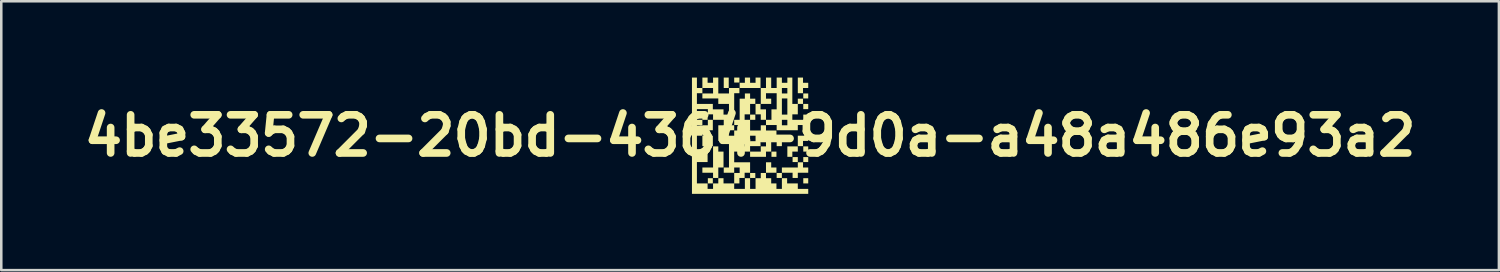
<source format=kicad_pcb>
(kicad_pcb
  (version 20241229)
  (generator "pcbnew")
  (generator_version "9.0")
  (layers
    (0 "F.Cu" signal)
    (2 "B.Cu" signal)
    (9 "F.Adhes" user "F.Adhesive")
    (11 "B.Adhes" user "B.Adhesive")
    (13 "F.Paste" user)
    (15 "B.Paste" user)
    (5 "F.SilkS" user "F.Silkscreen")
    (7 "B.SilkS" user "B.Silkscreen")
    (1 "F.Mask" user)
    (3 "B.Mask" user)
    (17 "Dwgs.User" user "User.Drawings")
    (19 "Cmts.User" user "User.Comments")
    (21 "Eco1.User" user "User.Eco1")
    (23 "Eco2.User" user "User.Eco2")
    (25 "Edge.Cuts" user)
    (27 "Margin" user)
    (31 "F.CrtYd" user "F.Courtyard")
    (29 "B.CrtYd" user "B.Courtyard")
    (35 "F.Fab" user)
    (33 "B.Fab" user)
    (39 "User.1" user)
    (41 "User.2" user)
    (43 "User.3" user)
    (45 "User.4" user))
  (footprint "4be33572-20bd-4364-9d0a-a48a486e93a2"
    (layer "F.Cu")
    (at 26.443 2.286)
    (property "Reference" "4be33572-20bd-4364-9d0a-a48a486e93a2" (at 0 0 0) (layer "F.SilkS") (effects (font (size 1.5 1.5) (thickness 0.3))))
    (attr board_only exclude_from_pos_files exclude_from_bom)
    (fp_poly (pts (xy -1.671 -0.728) (xy -1.671 -0.625) (xy -1.773 -0.625) (xy -1.876 -0.625) (xy -1.876 -0.728) (xy -1.876 -0.83) (xy -1.773 -0.83) (xy -1.671 -0.83)) (stroke (width 0) (type solid)) (fill yes) (layer "F.SilkS"))
    (fp_poly (pts (xy -1.465 0.205) (xy -1.465 0.41) (xy -1.671 0.41) (xy -1.876 0.41) (xy -1.876 0.205) (xy -1.876 0) (xy -1.671 0) (xy -1.465 0)) (stroke (width 0) (type solid)) (fill yes) (layer "F.SilkS"))
    (fp_poly (pts (xy -1.465 1.773) (xy -1.465 1.876) (xy -1.563 1.876) (xy -1.661 1.876) (xy -1.661 1.773) (xy -1.661 1.671) (xy -1.563 1.671) (xy -1.465 1.671)) (stroke (width 0) (type solid)) (fill yes) (layer "F.SilkS"))
    (fp_poly (pts (xy -0.84 -2.081) (xy -0.84 -1.876) (xy -0.938 -1.876) (xy -1.036 -1.876) (xy -1.036 -2.081) (xy -1.036 -2.286) (xy -0.938 -2.286) (xy -0.84 -2.286)) (stroke (width 0) (type solid)) (fill yes) (layer "F.SilkS"))
    (fp_poly (pts (xy -0.42 -2.188) (xy -0.42 -2.091) (xy -0.523 -2.091) (xy -0.625 -2.091) (xy -0.625 -2.188) (xy -0.625 -2.286) (xy -0.523 -2.286) (xy -0.42 -2.286)) (stroke (width 0) (type solid)) (fill yes) (layer "F.SilkS"))
    (fp_poly (pts (xy 0.205 1.563) (xy 0.205 1.661) (xy 0.103 1.661) (xy 0 1.661) (xy 0 1.563) (xy 0 1.465) (xy 0.103 1.465) (xy 0.205 1.465)) (stroke (width 0) (type solid)) (fill yes) (layer "F.SilkS"))
    (fp_poly (pts (xy 1.036 0.728) (xy 1.036 0.83) (xy 0.938 0.83) (xy 0.84 0.83) (xy 0.84 0.728) (xy 0.84 0.625) (xy 0.938 0.625) (xy 1.036 0.625)) (stroke (width 0) (type solid)) (fill yes) (layer "F.SilkS"))
    (fp_poly (pts (xy 1.25 0.313) (xy 1.25 0.41) (xy 1.148 0.41) (xy 1.045 0.41) (xy 1.045 0.313) (xy 1.045 0.215) (xy 1.148 0.215) (xy 1.25 0.215)) (stroke (width 0) (type solid)) (fill yes) (layer "F.SilkS"))
    (fp_poly (pts (xy 1.25 1.563) (xy 1.25 1.661) (xy 1.148 1.661) (xy 1.045 1.661) (xy 1.045 1.563) (xy 1.045 1.465) (xy 1.148 1.465) (xy 1.25 1.465)) (stroke (width 0) (type solid)) (fill yes) (layer "F.SilkS"))
    (fp_poly (pts (xy 1.456 0.103) (xy 1.456 0.205) (xy 1.353 0.205) (xy 1.25 0.205) (xy 1.25 0.103) (xy 1.25 0) (xy 1.353 0) (xy 1.456 0)) (stroke (width 0) (type solid)) (fill yes) (layer "F.SilkS"))
    (fp_poly (pts (xy 1.876 0.938) (xy 1.876 1.036) (xy 1.773 1.036) (xy 1.671 1.036) (xy 1.671 0.938) (xy 1.671 0.84) (xy 1.773 0.84) (xy 1.876 0.84)) (stroke (width 0) (type solid)) (fill yes) (layer "F.SilkS"))
    (fp_poly (pts (xy 2.286 -1.563) (xy 2.286 -1.465) (xy 2.188 -1.465) (xy 2.091 -1.465) (xy 2.091 -1.563) (xy 2.091 -1.661) (xy 2.188 -1.661) (xy 2.286 -1.661)) (stroke (width 0) (type solid)) (fill yes) (layer "F.SilkS"))
    (fp_poly (pts (xy 2.286 -1.148) (xy 2.286 -1.045) (xy 2.188 -1.045) (xy 2.091 -1.045) (xy 2.091 -1.148) (xy 2.091 -1.25) (xy 2.188 -1.25) (xy 2.286 -1.25)) (stroke (width 0) (type solid)) (fill yes) (layer "F.SilkS"))
    (fp_poly (pts (xy 2.286 -0.728) (xy 2.286 -0.625) (xy 2.188 -0.625) (xy 2.091 -0.625) (xy 2.091 -0.728) (xy 2.091 -0.83) (xy 2.188 -0.83) (xy 2.286 -0.83)) (stroke (width 0) (type solid)) (fill yes) (layer "F.SilkS"))
    (fp_poly (pts (xy 2.286 -0.313) (xy 2.286 -0.215) (xy 2.188 -0.215) (xy 2.091 -0.215) (xy 2.091 -0.313) (xy 2.091 -0.41) (xy 2.188 -0.41) (xy 2.286 -0.41)) (stroke (width 0) (type solid)) (fill yes) (layer "F.SilkS"))
    (fp_poly (pts (xy 2.286 0.523) (xy 2.286 0.625) (xy 2.188 0.625) (xy 2.091 0.625) (xy 2.091 0.523) (xy 2.091 0.42) (xy 2.188 0.42) (xy 2.286 0.42)) (stroke (width 0) (type solid)) (fill yes) (layer "F.SilkS"))
    (fp_poly (pts (xy 2.286 0.938) (xy 2.286 1.036) (xy 2.188 1.036) (xy 2.091 1.036) (xy 2.091 0.938) (xy 2.091 0.84) (xy 2.188 0.84) (xy 2.286 0.84)) (stroke (width 0) (type solid)) (fill yes) (layer "F.SilkS"))
    (fp_poly (pts (xy 2.286 1.773) (xy 2.286 1.876) (xy 2.188 1.876) (xy 2.091 1.876) (xy 2.091 1.773) (xy 2.091 1.671) (xy 2.188 1.671) (xy 2.286 1.671)) (stroke (width 0) (type solid)) (fill yes) (layer "F.SilkS"))
    (fp_poly (pts (xy -1.465 -0.42) (xy -1.465 -0.215) (xy -1.671 -0.215) (xy -1.876 -0.215) (xy -1.876 -0.313) (xy -1.876 -0.41) (xy -1.768 -0.41) (xy -1.661 -0.41) (xy -1.661 -0.518) (xy -1.661 -0.625) (xy -1.563 -0.625) (xy -1.465 -0.625)) (stroke (width 0) (type solid)) (fill yes) (layer "F.SilkS"))
    (fp_poly (pts (xy 0.83 1.148) (xy 0.83 1.25) (xy 0.933 1.25) (xy 1.036 1.25) (xy 1.036 1.353) (xy 1.036 1.456) (xy 0.83 1.456) (xy 0.625 1.456) (xy 0.625 1.25) (xy 0.625 1.045) (xy 0.728 1.045) (xy 0.83 1.045)) (stroke (width 0) (type solid)) (fill yes) (layer "F.SilkS"))
    (fp_poly (pts (xy 1.876 0.523) (xy 1.876 0.625) (xy 1.768 0.625) (xy 1.661 0.625) (xy 1.661 0.728) (xy 1.661 0.83) (xy 1.563 0.83) (xy 1.465 0.83) (xy 1.465 0.625) (xy 1.465 0.42) (xy 1.671 0.42) (xy 1.876 0.42)) (stroke (width 0) (type solid)) (fill yes) (layer "F.SilkS"))
    (fp_poly (pts (xy 2.286 0.103) (xy 2.286 0.205) (xy 2.183 0.205) (xy 2.081 0.205) (xy 2.081 0.308) (xy 2.081 0.41) (xy 1.978 0.41) (xy 1.876 0.41) (xy 1.876 0.205) (xy 1.876 0) (xy 2.081 0) (xy 2.286 0)) (stroke (width 0) (type solid)) (fill yes) (layer "F.SilkS"))
    (fp_poly (pts (xy 2.081 -2.183) (xy 2.081 -2.081) (xy 2.183 -2.081) (xy 2.286 -2.081) (xy 2.286 -1.978) (xy 2.286 -1.876) (xy 2.183 -1.876) (xy 2.081 -1.876) (xy 2.081 -1.773) (xy 2.081 -1.671) (xy 1.978 -1.671) (xy 1.876 -1.671) (xy 1.876 -1.978) (xy 1.876 -2.286) (xy 1.978 -2.286) (xy 2.081 -2.286)) (stroke (width 0) (type solid)) (fill yes) (layer "F.SilkS"))
    (fp_poly (pts (xy 0 -2.183) (xy 0 -2.081) (xy 0.107 -2.081) (xy 0.215 -2.081) (xy 0.215 -2.183) (xy 0.215 -2.286) (xy 0.313 -2.286) (xy 0.41 -2.286) (xy 0.41 -2.081) (xy 0.41 -1.876) (xy 0 -1.876) (xy -0.41 -1.876) (xy -0.41 -1.978) (xy -0.41 -2.081) (xy -0.308 -2.081) (xy -0.205 -2.081) (xy -0.205 -2.183) (xy -0.205 -2.286) (xy -0.103 -2.286) (xy 0 -2.286)) (stroke (width 0) (type solid)) (fill yes) (layer "F.SilkS"))
    (fp_poly (pts (xy -1.25 0.523) (xy -1.25 0.625) (xy -1.148 0.625) (xy -1.045 0.625) (xy -1.045 0.938) (xy -1.045 1.25) (xy -1.148 1.25) (xy -1.25 1.25) (xy -1.25 1.456) (xy -1.25 1.661) (xy -1.353 1.661) (xy -1.456 1.661) (xy -1.456 1.558) (xy -1.456 1.456) (xy -1.666 1.456) (xy -1.876 1.456) (xy -1.876 1.353) (xy -1.876 1.25) (xy -1.666 1.25) (xy -1.456 1.25) (xy -1.456 0.835) (xy -1.456 0.42) (xy -1.353 0.42) (xy -1.25 0.42)) (stroke (width 0) (type solid)) (fill yes) (layer "F.SilkS"))
    (fp_poly (pts (xy 2.081 1.148) (xy 2.081 1.25) (xy 2.183 1.25) (xy 2.286 1.25) (xy 2.286 1.353) (xy 2.286 1.456) (xy 2.081 1.456) (xy 1.876 1.456) (xy 1.876 1.558) (xy 1.876 1.661) (xy 1.773 1.661) (xy 1.671 1.661) (xy 1.671 1.558) (xy 1.671 1.456) (xy 1.46 1.456) (xy 1.25 1.456) (xy 1.25 1.353) (xy 1.25 1.25) (xy 1.563 1.25) (xy 1.876 1.25) (xy 1.876 1.148) (xy 1.876 1.045) (xy 1.978 1.045) (xy 2.081 1.045)) (stroke (width 0) (type solid)) (fill yes) (layer "F.SilkS"))
    (fp_poly (pts (xy 0.83 -2.081) (xy 0.83 -1.876) (xy 0.938 -1.876) (xy 1.045 -1.876) (xy 1.045 -2.081) (xy 1.045 -2.286) (xy 1.148 -2.286) (xy 1.25 -2.286) (xy 1.25 -2.183) (xy 1.25 -2.081) (xy 1.358 -2.081) (xy 1.465 -2.081) (xy 1.465 -2.183) (xy 1.465 -2.286) (xy 1.563 -2.286) (xy 1.661 -2.286) (xy 1.661 -1.768) (xy 1.661 -1.25) (xy 1.768 -1.25) (xy 1.876 -1.25) (xy 1.876 -1.353) (xy 1.876 -1.456) (xy 1.978 -1.456) (xy 2.081 -1.456) (xy 2.081 -1.353) (xy 2.081 -1.25) (xy 1.978 -1.25) (xy 1.876 -1.25) (xy 1.876 -1.045) (xy 1.876 -0.84) (xy 1.768 -0.84) (xy 1.661 -0.84) (xy 1.661 -0.733) (xy 1.661 -0.625) (xy 1.871 -0.625) (xy 2.081 -0.625) (xy 2.081 -0.523) (xy 2.081 -0.42) (xy 1.978 -0.42) (xy 1.876 -0.42) (xy 1.876 -0.318) (xy 1.876 -0.215) (xy 1.46 -0.215) (xy 1.045 -0.215) (xy 1.045 -0.318) (xy 1.045 -0.42) (xy 0.835 -0.42) (xy 0.625 -0.42) (xy 0.625 -0.518) (xy 1.25 -0.518) (xy 1.25 -0.41) (xy 1.358 -0.41) (xy 1.465 -0.41) (xy 1.465 -0.518) (xy 1.465 -0.625) (xy 1.358 -0.625) (xy 1.25 -0.625) (xy 1.25 -0.518) (xy 0.625 -0.518) (xy 0.625 -0.523) (xy 0.625 -0.625) (xy 0.523 -0.625) (xy 0.42 -0.625) (xy 0.42 -0.733) (xy 0.42 -0.84) (xy 0.318 -0.84) (xy 0.215 -0.84) (xy 0.215 -1.045) (xy 0.215 -1.25) (xy 0.313 -1.25) (xy 0.41 -1.25) (xy 0.41 -1.143) (xy 0.41 -1.036) (xy 0.518 -1.036) (xy 0.625 -1.036) (xy 0.625 -0.83) (xy 0.625 -0.625) (xy 0.733 -0.625) (xy 0.84 -0.625) (xy 0.84 -0.83) (xy 0.84 -1.036) (xy 0.943 -1.036) (xy 1.045 -1.036) (xy 1.045 -1.148) (xy 1.25 -1.148) (xy 1.25 -0.83) (xy 1.358 -0.83) (xy 1.465 -0.83) (xy 1.465 -1.148) (xy 1.465 -1.465) (xy 1.358 -1.465) (xy 1.25 -1.465) (xy 1.25 -1.148) (xy 1.045 -1.148) (xy 1.045 -1.353) (xy 1.045 -1.671) (xy 0.835 -1.671) (xy 0.625 -1.671) (xy 0.625 -1.563) (xy 0.625 -1.456) (xy 0.728 -1.456) (xy 0.83 -1.456) (xy 0.83 -1.353) (xy 0.83 -1.25) (xy 0.625 -1.25) (xy 0.42 -1.25) (xy 0.42 -1.563) (xy 0.42 -1.768) (xy 1.25 -1.768) (xy 1.25 -1.661) (xy 1.358 -1.661) (xy 1.465 -1.661) (xy 1.465 -1.768) (xy 1.465 -1.876) (xy 1.358 -1.876) (xy 1.25 -1.876) (xy 1.25 -1.768) (xy 0.42 -1.768) (xy 0.42 -1.876) (xy 0.523 -1.876) (xy 0.625 -1.876) (xy 0.625 -2.081) (xy 0.625 -2.286) (xy 0.728 -2.286) (xy 0.83 -2.286)) (stroke (width 0) (type solid)) (fill yes) (layer "F.SilkS"))
    (fp_poly (pts (xy -2.091 -2.081) (xy -2.091 -1.876) (xy -1.983 -1.876) (xy -1.876 -1.876) (xy -1.876 -2.081) (xy -1.876 -2.286) (xy -1.773 -2.286) (xy -1.671 -2.286) (xy -1.671 -2.183) (xy -1.671 -2.081) (xy -1.563 -2.081) (xy -1.456 -2.081) (xy -1.456 -2.183) (xy -1.456 -2.286) (xy -1.353 -2.286) (xy -1.25 -2.286) (xy -1.25 -1.973) (xy -1.25 -1.661) (xy -1.04 -1.661) (xy -0.83 -1.661) (xy -0.83 -1.768) (xy -0.83 -1.876) (xy -0.625 -1.876) (xy -0.42 -1.876) (xy -0.42 -1.773) (xy -0.42 -1.671) (xy -0.523 -1.671) (xy -0.625 -1.671) (xy -0.625 -1.255) (xy -0.625 -0.84) (xy -0.728 -0.84) (xy -0.83 -0.84) (xy -0.83 -1.045) (xy -0.83 -1.25) (xy -1.04 -1.25) (xy -1.25 -1.25) (xy -1.25 -1.358) (xy -1.25 -1.465) (xy -1.563 -1.465) (xy -1.876 -1.465) (xy -1.876 -1.563) (xy -1.876 -1.661) (xy -1.666 -1.661) (xy -1.456 -1.661) (xy -1.456 -1.768) (xy -1.456 -1.876) (xy -1.666 -1.876) (xy -1.876 -1.876) (xy -1.876 -1.773) (xy -1.876 -1.671) (xy -1.983 -1.671) (xy -2.091 -1.671) (xy -2.091 -1.46) (xy -2.091 -1.25) (xy -1.778 -1.25) (xy -1.465 -1.25) (xy -1.465 -1.143) (xy -1.465 -1.036) (xy -1.255 -1.036) (xy -1.045 -1.036) (xy -1.045 -0.933) (xy -1.045 -0.83) (xy -0.943 -0.83) (xy -0.84 -0.83) (xy -0.84 -0.62) (xy -0.84 -0.41) (xy -0.733 -0.41) (xy -0.625 -0.41) (xy -0.625 -0.313) (xy -0.625 -0.215) (xy -0.733 -0.215) (xy -0.84 -0.215) (xy -0.84 -0.107) (xy -0.84 0) (xy -0.733 0) (xy -0.625 0) (xy -0.625 -0.103) (xy -0.625 -0.205) (xy -0.518 -0.205) (xy -0.41 -0.205) (xy -0.41 -0.313) (xy -0.41 -0.42) (xy -0.518 -0.42) (xy -0.625 -0.42) (xy -0.625 -0.523) (xy -0.625 -0.625) (xy -0.518 -0.625) (xy -0.41 -0.625) (xy -0.41 -1.04) (xy -0.41 -1.456) (xy -0.308 -1.456) (xy -0.205 -1.456) (xy -0.205 -1.558) (xy -0.205 -1.661) (xy -0.103 -1.661) (xy 0 -1.661) (xy 0 -1.558) (xy 0 -1.456) (xy 0.103 -1.456) (xy 0.205 -1.456) (xy 0.205 -1.353) (xy 0.205 -1.25) (xy 0.103 -1.25) (xy 0 -1.25) (xy 0 -1.045) (xy 0 -0.84) (xy -0.107 -0.84) (xy -0.215 -0.84) (xy -0.215 -0.733) (xy -0.215 -0.625) (xy -0.107 -0.625) (xy 0 -0.625) (xy 0 -0.728) (xy 0 -0.83) (xy 0.103 -0.83) (xy 0.205 -0.83) (xy 0.205 -0.728) (xy 0.205 -0.625) (xy 0.103 -0.625) (xy 0 -0.625) (xy 0 -0.415) (xy 0 -0.205) (xy 0.21 -0.205) (xy 0.42 -0.205) (xy 0.42 -0.308) (xy 0.42 -0.41) (xy 0.523 -0.41) (xy 0.625 -0.41) (xy 0.625 -0.308) (xy 0.625 -0.205) (xy 0.83 -0.205) (xy 1.036 -0.205) (xy 1.036 0) (xy 1.036 0.205) (xy 0.938 0.205) (xy 0.84 0.205) (xy 0.84 0.103) (xy 0.84 0) (xy 0.733 0) (xy 0.625 0) (xy 0.625 0.103) (xy 0.625 0.205) (xy 0.518 0.205) (xy 0.41 0.205) (xy 0.41 0.308) (xy 0.41 0.41) (xy 0.205 0.41) (xy 0 0.41) (xy 0 0.518) (xy 0 0.625) (xy 0.21 0.625) (xy 0.42 0.625) (xy 0.42 0.523) (xy 0.42 0.42) (xy 0.523 0.42) (xy 0.625 0.42) (xy 0.625 0.318) (xy 0.625 0.215) (xy 0.728 0.215) (xy 0.83 0.215) (xy 0.83 0.42) (xy 0.83 0.625) (xy 0.728 0.625) (xy 0.625 0.625) (xy 0.625 0.728) (xy 0.625 0.83) (xy 0.313 0.83) (xy 0 0.83) (xy 0 0.728) (xy 0 0.625) (xy -0.313 0.625) (xy -0.625 0.625) (xy -0.625 0.835) (xy -0.625 1.045) (xy -0.313 1.045) (xy 0 1.045) (xy 0 1.25) (xy 0 1.456) (xy -0.107 1.456) (xy -0.215 1.456) (xy -0.215 1.558) (xy -0.215 1.661) (xy -0.318 1.661) (xy -0.42 1.661) (xy -0.42 1.768) (xy -0.42 1.876) (xy -0.523 1.876) (xy -0.625 1.876) (xy -0.625 1.983) (xy -0.625 2.091) (xy -0.415 2.091) (xy -0.205 2.091) (xy -0.205 1.881) (xy -0.205 1.671) (xy -0.103 1.671) (xy 0 1.671) (xy 0 1.881) (xy 0 2.091) (xy 0.107 2.091) (xy 0.215 2.091) (xy 0.215 1.881) (xy 0.215 1.671) (xy 0.318 1.671) (xy 0.42 1.671) (xy 0.42 1.568) (xy 0.42 1.465) (xy 0.523 1.465) (xy 0.625 1.465) (xy 0.625 1.568) (xy 0.625 1.671) (xy 0.728 1.671) (xy 0.83 1.671) (xy 0.83 1.773) (xy 0.83 1.876) (xy 0.933 1.876) (xy 1.036 1.876) (xy 1.036 1.983) (xy 1.036 2.091) (xy 1.143 2.091) (xy 1.25 2.091) (xy 1.25 1.881) (xy 1.25 1.671) (xy 1.353 1.671) (xy 1.456 1.671) (xy 1.456 1.773) (xy 1.456 1.876) (xy 1.666 1.876) (xy 1.876 1.876) (xy 1.876 1.983) (xy 1.876 2.091) (xy 2.081 2.091) (xy 2.286 2.091) (xy 2.286 2.188) (xy 2.286 2.286) (xy 0 2.286) (xy -2.286 2.286) (xy -2.286 0) (xy -2.286 -0.835) (xy -2.091 -0.835) (xy -2.091 -0.625) (xy -1.983 -0.625) (xy -1.876 -0.625) (xy -1.876 -0.523) (xy -1.876 -0.42) (xy -1.983 -0.42) (xy -2.091 -0.42) (xy -2.091 -0.313) (xy -2.091 -0.205) (xy -1.983 -0.205) (xy -1.876 -0.205) (xy -1.876 -0.103) (xy -1.876 0) (xy -1.983 0) (xy -2.091 0) (xy -2.091 0.313) (xy -2.091 0.625) (xy -1.881 0.625) (xy -1.671 0.625) (xy -1.671 0.83) (xy -1.671 1.036) (xy -1.881 1.036) (xy -2.091 1.036) (xy -2.091 1.456) (xy -2.091 1.876) (xy -1.881 1.876) (xy -1.671 1.876) (xy -1.671 1.983) (xy -1.671 2.091) (xy -1.563 2.091) (xy -1.456 2.091) (xy -1.456 1.983) (xy -1.456 1.876) (xy -1.353 1.876) (xy -1.25 1.876) (xy -1.25 1.773) (xy -1.25 1.671) (xy -1.148 1.671) (xy -1.045 1.671) (xy -1.045 1.773) (xy -1.045 1.876) (xy -0.835 1.876) (xy -0.625 1.876) (xy -0.625 1.671) (xy -0.625 1.465) (xy -0.518 1.465) (xy -0.41 1.465) (xy -0.41 1.358) (xy -0.41 1.25) (xy -0.518 1.25) (xy -0.625 1.25) (xy -0.625 1.353) (xy -0.625 1.456) (xy -0.83 1.456) (xy -1.036 1.456) (xy -1.036 1.353) (xy -1.036 1.25) (xy -0.933 1.25) (xy -0.83 1.25) (xy -0.83 0.728) (xy -0.83 0.313) (xy -0.42 0.313) (xy -0.42 0.42) (xy -0.313 0.42) (xy -0.205 0.42) (xy -0.205 0.313) (xy -0.205 0.205) (xy -0.313 0.205) (xy -0.42 0.205) (xy -0.42 0.313) (xy -0.83 0.313) (xy -0.83 0.205) (xy -1.04 0.205) (xy -1.25 0.205) (xy -1.25 0.107) (xy 0 0.107) (xy 0 0.215) (xy 0.107 0.215) (xy 0.215 0.215) (xy 0.215 0.107) (xy 0.215 0) (xy 0.107 0) (xy 0 0) (xy 0 0.107) (xy -1.25 0.107) (xy -1.25 -0.103) (xy -1.25 -0.41) (xy -1.143 -0.41) (xy -1.036 -0.41) (xy -1.036 -0.518) (xy -1.036 -0.625) (xy -1.246 -0.625) (xy -1.456 -0.625) (xy -1.456 -0.733) (xy -1.456 -0.84) (xy -1.558 -0.84) (xy -1.661 -0.84) (xy -1.661 -0.943) (xy -1.661 -1.045) (xy -1.876 -1.045) (xy -2.091 -1.045) (xy -2.091 -0.835) (xy -2.286 -0.835) (xy -2.286 -2.286) (xy -2.188 -2.286) (xy -2.091 -2.286)) (stroke (width 0) (type solid)) (fill yes) (layer "F.SilkS")))
  (gr_rect
    (start -3 -3)
    (end 55.886 7.572)
    (stroke (width 0.1) (type default))
    (fill no)
    (layer "Edge.Cuts")))
</source>
